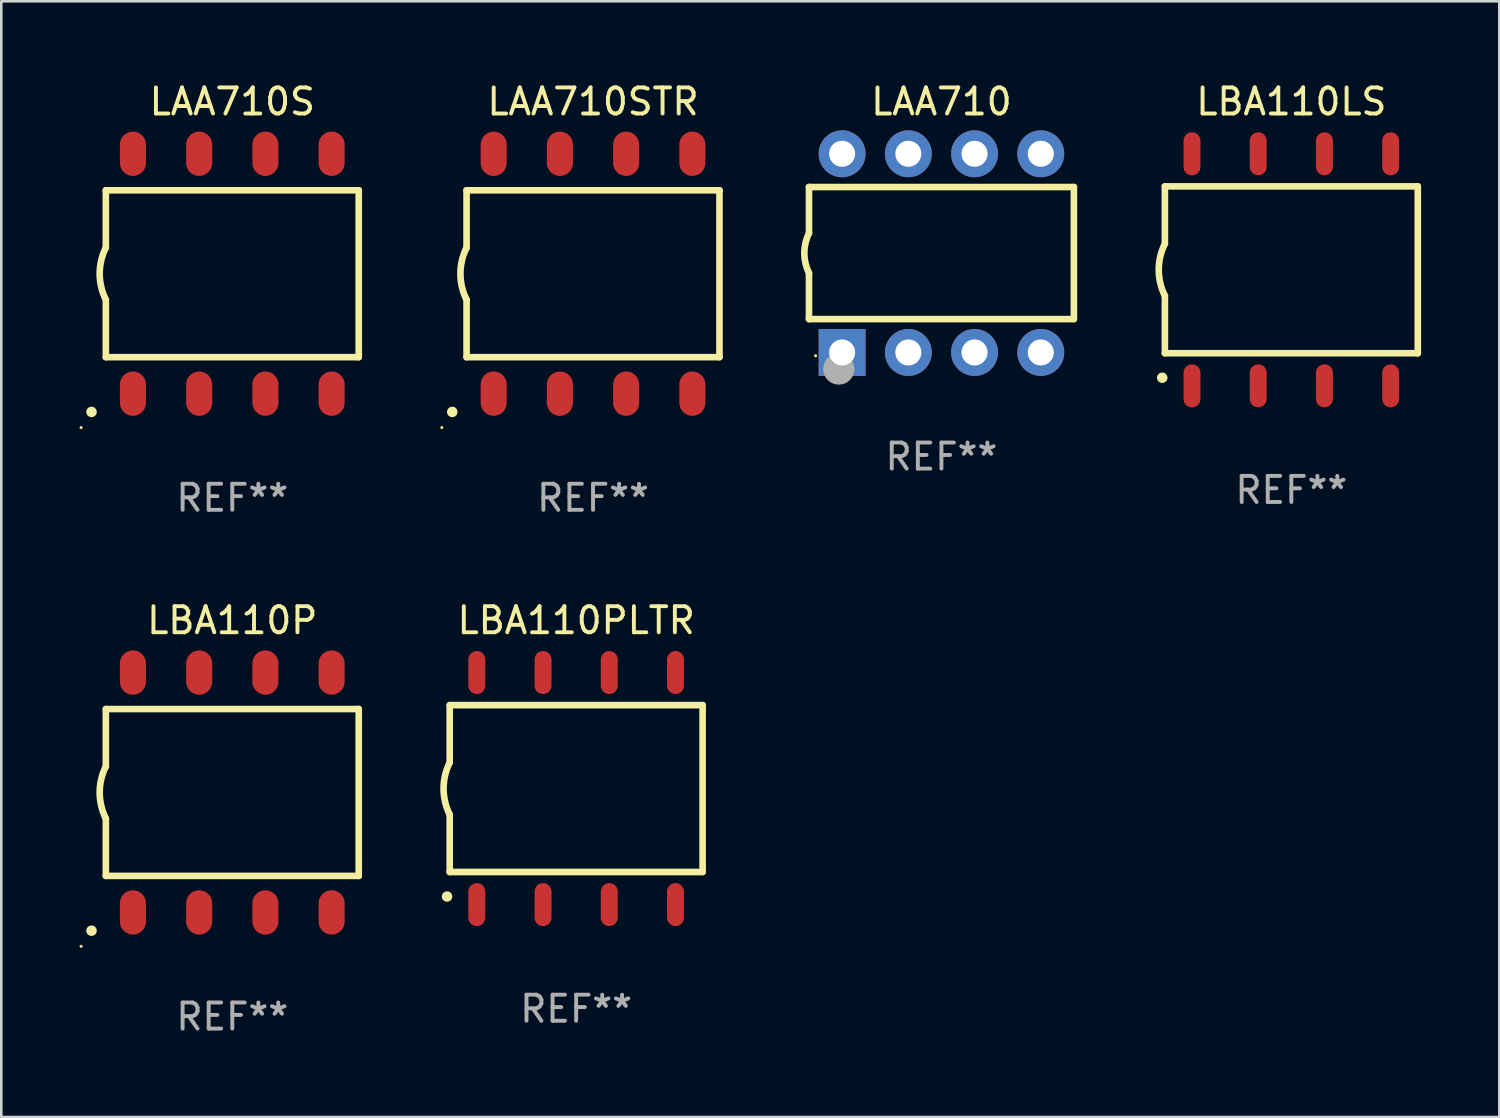
<source format=kicad_pcb>
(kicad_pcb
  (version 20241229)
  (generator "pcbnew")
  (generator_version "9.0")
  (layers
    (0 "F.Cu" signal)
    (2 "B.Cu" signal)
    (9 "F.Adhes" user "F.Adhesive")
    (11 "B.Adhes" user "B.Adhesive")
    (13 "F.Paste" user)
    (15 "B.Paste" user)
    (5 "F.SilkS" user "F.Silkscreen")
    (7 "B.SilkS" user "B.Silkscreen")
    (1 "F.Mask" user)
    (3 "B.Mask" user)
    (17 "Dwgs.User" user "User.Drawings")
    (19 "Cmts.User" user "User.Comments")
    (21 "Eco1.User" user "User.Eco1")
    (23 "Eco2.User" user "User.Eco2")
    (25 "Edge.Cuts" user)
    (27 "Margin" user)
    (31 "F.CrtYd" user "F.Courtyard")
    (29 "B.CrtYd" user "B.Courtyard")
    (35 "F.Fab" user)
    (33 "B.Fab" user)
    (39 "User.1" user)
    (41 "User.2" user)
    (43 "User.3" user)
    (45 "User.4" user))
  (footprint "LAA710S"
    (layer "F.Cu")
    (at 5.859 7.448)
    (property "Reference" "LAA710S" (at 0 -6.6 0) (layer "F.SilkS") (effects (font (size 1 1) (thickness 0.15))))
    (attr through_hole)
    (fp_line (start -4.85 -3.2) (end -4.85 -1) (stroke (width 0.254) (type solid)) (layer "F.SilkS"))
    (fp_line (start -4.85 -3.2) (end 4.85 -3.2) (stroke (width 0.254) (type solid)) (layer "F.SilkS"))
    (fp_line (start -4.85 3.2) (end -4.85 1) (stroke (width 0.254) (type solid)) (layer "F.SilkS"))
    (fp_line (start 4.85 -3.2) (end 4.85 3.2) (stroke (width 0.254) (type solid)) (layer "F.SilkS"))
    (fp_line (start 4.85 3.2) (end -4.85 3.2) (stroke (width 0.254) (type solid)) (layer "F.SilkS"))
    (fp_arc (start -5.400051 5.300991) (mid -5.398781 5.300987) (end -5.397511 5.300991) (stroke (width 0.4) (type solid)) (layer "F.SilkS"))
    (fp_arc (start -4.84887 1.000762) (mid -5.085418 0.000516) (end -4.850013 -1) (stroke (width 0.254001) (type solid)) (layer "F.SilkS"))
    (fp_circle (center -5.799 5.901) (end -5.769 5.901) (stroke (width 0.06) (type solid)) (fill no) (layer "F.SilkS"))
    (fp_text user "REF**" (at 0 8.6 0) (layer "F.Fab") (effects (font (size 1 1) (thickness 0.15))))
    (pad "1" smd oval (at -3.81 4.6) (size 1 1.7) (layers "F.Cu" "F.Mask" "F.Paste"))
    (pad "2" smd oval (at -1.27 4.6) (size 1 1.7) (layers "F.Cu" "F.Mask" "F.Paste"))
    (pad "3" smd oval (at 1.27 4.6) (size 1 1.7) (layers "F.Cu" "F.Mask" "F.Paste"))
    (pad "4" smd oval (at 3.81 4.6) (size 1 1.7) (layers "F.Cu" "F.Mask" "F.Paste"))
    (pad "5" smd oval (at 3.81 -4.6 180) (size 1 1.7) (layers "F.Cu" "F.Mask" "F.Paste"))
    (pad "6" smd oval (at 1.27 -4.6 180) (size 1 1.7) (layers "F.Cu" "F.Mask" "F.Paste"))
    (pad "7" smd oval (at -1.27 -4.6 180) (size 1 1.7) (layers "F.Cu" "F.Mask" "F.Paste"))
    (pad "8" smd oval (at -3.81 -4.6 180) (size 1 1.7) (layers "F.Cu" "F.Mask" "F.Paste")))
  (footprint "LAA710STR"
    (layer "F.Cu")
    (at 19.695 7.448)
    (property "Reference" "LAA710STR" (at 0 -6.6 0) (layer "F.SilkS") (effects (font (size 1 1) (thickness 0.15))))
    (attr through_hole)
    (fp_line (start -4.85 -3.2) (end -4.85 -1) (stroke (width 0.254) (type solid)) (layer "F.SilkS"))
    (fp_line (start -4.85 -3.2) (end 4.85 -3.2) (stroke (width 0.254) (type solid)) (layer "F.SilkS"))
    (fp_line (start -4.85 3.2) (end -4.85 1) (stroke (width 0.254) (type solid)) (layer "F.SilkS"))
    (fp_line (start 4.85 -3.2) (end 4.85 3.2) (stroke (width 0.254) (type solid)) (layer "F.SilkS"))
    (fp_line (start 4.85 3.2) (end -4.85 3.2) (stroke (width 0.254) (type solid)) (layer "F.SilkS"))
    (fp_arc (start -5.400051 5.300991) (mid -5.398781 5.300987) (end -5.397511 5.300991) (stroke (width 0.4) (type solid)) (layer "F.SilkS"))
    (fp_arc (start -4.84887 1.000762) (mid -5.085418 0.000516) (end -4.850013 -1) (stroke (width 0.254001) (type solid)) (layer "F.SilkS"))
    (fp_circle (center -5.799 5.901) (end -5.769 5.901) (stroke (width 0.06) (type solid)) (fill no) (layer "F.SilkS"))
    (fp_text user "REF**" (at 0 8.6 0) (layer "F.Fab") (effects (font (size 1 1) (thickness 0.15))))
    (pad "1" smd oval (at -3.81 4.6) (size 1 1.7) (layers "F.Cu" "F.Mask" "F.Paste"))
    (pad "2" smd oval (at -1.27 4.6) (size 1 1.7) (layers "F.Cu" "F.Mask" "F.Paste"))
    (pad "3" smd oval (at 1.27 4.6) (size 1 1.7) (layers "F.Cu" "F.Mask" "F.Paste"))
    (pad "4" smd oval (at 3.81 4.6) (size 1 1.7) (layers "F.Cu" "F.Mask" "F.Paste"))
    (pad "5" smd oval (at 3.81 -4.6 180) (size 1 1.7) (layers "F.Cu" "F.Mask" "F.Paste"))
    (pad "6" smd oval (at 1.27 -4.6 180) (size 1 1.7) (layers "F.Cu" "F.Mask" "F.Paste"))
    (pad "7" smd oval (at -1.27 -4.6 180) (size 1 1.7) (layers "F.Cu" "F.Mask" "F.Paste"))
    (pad "8" smd oval (at -3.81 -4.6 180) (size 1 1.7) (layers "F.Cu" "F.Mask" "F.Paste")))
  (footprint "LBA110PLTR"
    (layer "F.Cu")
    (at 19.048 27.195)
    (property "Reference" "LBA110PLTR" (at 0 -6.45 0) (layer "F.SilkS") (effects (font (size 1 1) (thickness 0.15))))
    (attr through_hole)
    (fp_line (start -4.85 -3.2) (end -4.85 -1) (stroke (width 0.254) (type solid)) (layer "F.SilkS"))
    (fp_line (start -4.85 -3.2) (end 4.85 -3.2) (stroke (width 0.254) (type solid)) (layer "F.SilkS"))
    (fp_line (start -4.85 3.2) (end -4.85 1) (stroke (width 0.254) (type solid)) (layer "F.SilkS"))
    (fp_line (start 4.85 -3.2) (end 4.85 3.2) (stroke (width 0.254) (type solid)) (layer "F.SilkS"))
    (fp_line (start 4.85 3.2) (end -4.85 3.2) (stroke (width 0.254) (type solid)) (layer "F.SilkS"))
    (fp_arc (start -4.95301 4.140208) (mid -4.95174 4.140204) (end -4.95047 4.140208) (stroke (width 0.4) (type solid)) (layer "F.SilkS"))
    (fp_arc (start -4.84887 1.000762) (mid -5.085418 0.000516) (end -4.850013 -1) (stroke (width 0.254001) (type solid)) (layer "F.SilkS"))
    (fp_text user "REF**" (at 0 8.45 0) (layer "F.Fab") (effects (font (size 1 1) (thickness 0.15))))
    (pad "1" smd oval (at -3.81 4.45) (size 0.65 1.65) (layers "F.Cu" "F.Mask" "F.Paste"))
    (pad "2" smd oval (at -1.27 4.45) (size 0.65 1.65) (layers "F.Cu" "F.Mask" "F.Paste"))
    (pad "3" smd oval (at 1.27 4.45) (size 0.65 1.65) (layers "F.Cu" "F.Mask" "F.Paste"))
    (pad "4" smd oval (at 3.81 4.45) (size 0.65 1.65) (layers "F.Cu" "F.Mask" "F.Paste"))
    (pad "5" smd oval (at 3.81 -4.45 180) (size 0.65 1.65) (layers "F.Cu" "F.Mask" "F.Paste"))
    (pad "6" smd oval (at 1.27 -4.45 180) (size 0.65 1.65) (layers "F.Cu" "F.Mask" "F.Paste"))
    (pad "7" smd oval (at -1.27 -4.45 180) (size 0.65 1.65) (layers "F.Cu" "F.Mask" "F.Paste"))
    (pad "8" smd oval (at -3.81 -4.45 180) (size 0.65 1.65) (layers "F.Cu" "F.Mask" "F.Paste")))
  (footprint "LBA110LS"
    (layer "F.Cu")
    (at 46.478 7.298)
    (property "Reference" "LBA110LS" (at 0 -6.45 0) (layer "F.SilkS") (effects (font (size 1 1) (thickness 0.15))))
    (attr through_hole)
    (fp_line (start -4.85 -3.2) (end -4.85 -1) (stroke (width 0.254) (type solid)) (layer "F.SilkS"))
    (fp_line (start -4.85 -3.2) (end 4.85 -3.2) (stroke (width 0.254) (type solid)) (layer "F.SilkS"))
    (fp_line (start -4.85 3.2) (end -4.85 1) (stroke (width 0.254) (type solid)) (layer "F.SilkS"))
    (fp_line (start 4.85 -3.2) (end 4.85 3.2) (stroke (width 0.254) (type solid)) (layer "F.SilkS"))
    (fp_line (start 4.85 3.2) (end -4.85 3.2) (stroke (width 0.254) (type solid)) (layer "F.SilkS"))
    (fp_arc (start -4.95301 4.140208) (mid -4.95174 4.140204) (end -4.95047 4.140208) (stroke (width 0.4) (type solid)) (layer "F.SilkS"))
    (fp_arc (start -4.84887 1.000762) (mid -5.085418 0.000516) (end -4.850013 -1) (stroke (width 0.254001) (type solid)) (layer "F.SilkS"))
    (fp_text user "REF**" (at 0 8.45 0) (layer "F.Fab") (effects (font (size 1 1) (thickness 0.15))))
    (pad "1" smd oval (at -3.81 4.45) (size 0.65 1.65) (layers "F.Cu" "F.Mask" "F.Paste"))
    (pad "2" smd oval (at -1.27 4.45) (size 0.65 1.65) (layers "F.Cu" "F.Mask" "F.Paste"))
    (pad "3" smd oval (at 1.27 4.45) (size 0.65 1.65) (layers "F.Cu" "F.Mask" "F.Paste"))
    (pad "4" smd oval (at 3.81 4.45) (size 0.65 1.65) (layers "F.Cu" "F.Mask" "F.Paste"))
    (pad "5" smd oval (at 3.81 -4.45 180) (size 0.65 1.65) (layers "F.Cu" "F.Mask" "F.Paste"))
    (pad "6" smd oval (at 1.27 -4.45 180) (size 0.65 1.65) (layers "F.Cu" "F.Mask" "F.Paste"))
    (pad "7" smd oval (at -1.27 -4.45 180) (size 0.65 1.65) (layers "F.Cu" "F.Mask" "F.Paste"))
    (pad "8" smd oval (at -3.81 -4.45 180) (size 0.65 1.65) (layers "F.Cu" "F.Mask" "F.Paste")))
  (footprint "LBA110P"
    (layer "F.Cu")
    (at 5.859 27.345)
    (property "Reference" "LBA110P" (at 0 -6.6 0) (layer "F.SilkS") (effects (font (size 1 1) (thickness 0.15))))
    (attr through_hole)
    (fp_line (start -4.85 -3.2) (end -4.85 -1) (stroke (width 0.254) (type solid)) (layer "F.SilkS"))
    (fp_line (start -4.85 -3.2) (end 4.85 -3.2) (stroke (width 0.254) (type solid)) (layer "F.SilkS"))
    (fp_line (start -4.85 3.2) (end -4.85 1) (stroke (width 0.254) (type solid)) (layer "F.SilkS"))
    (fp_line (start 4.85 -3.2) (end 4.85 3.2) (stroke (width 0.254) (type solid)) (layer "F.SilkS"))
    (fp_line (start 4.85 3.2) (end -4.85 3.2) (stroke (width 0.254) (type solid)) (layer "F.SilkS"))
    (fp_arc (start -5.400051 5.300991) (mid -5.398781 5.300987) (end -5.397511 5.300991) (stroke (width 0.4) (type solid)) (layer "F.SilkS"))
    (fp_arc (start -4.84887 1.000762) (mid -5.085418 0.000516) (end -4.850013 -1) (stroke (width 0.254001) (type solid)) (layer "F.SilkS"))
    (fp_circle (center -5.799 5.901) (end -5.769 5.901) (stroke (width 0.06) (type solid)) (fill no) (layer "F.SilkS"))
    (fp_text user "REF**" (at 0 8.6 0) (layer "F.Fab") (effects (font (size 1 1) (thickness 0.15))))
    (pad "1" smd oval (at -3.81 4.6) (size 1 1.7) (layers "F.Cu" "F.Mask" "F.Paste"))
    (pad "2" smd oval (at -1.27 4.6) (size 1 1.7) (layers "F.Cu" "F.Mask" "F.Paste"))
    (pad "3" smd oval (at 1.27 4.6) (size 1 1.7) (layers "F.Cu" "F.Mask" "F.Paste"))
    (pad "4" smd oval (at 3.81 4.6) (size 1 1.7) (layers "F.Cu" "F.Mask" "F.Paste"))
    (pad "5" smd oval (at 3.81 -4.6 180) (size 1 1.7) (layers "F.Cu" "F.Mask" "F.Paste"))
    (pad "6" smd oval (at 1.27 -4.6 180) (size 1 1.7) (layers "F.Cu" "F.Mask" "F.Paste"))
    (pad "7" smd oval (at -1.27 -4.6 180) (size 1 1.7) (layers "F.Cu" "F.Mask" "F.Paste"))
    (pad "8" smd oval (at -3.81 -4.6 180) (size 1 1.7) (layers "F.Cu" "F.Mask" "F.Paste")))
  (footprint "LAA710"
    (layer "F.Cu")
    (at 33.058 6.658)
    (property "Reference" "LAA710" (at 0 -5.81 0) (layer "F.SilkS") (effects (font (size 1 1) (thickness 0.15))))
    (attr through_hole)
    (fp_line (start -5.08 -2.534) (end 5.08 -2.534) (stroke (width 0.254) (type solid)) (layer "F.SilkS"))
    (fp_line (start -5.08 -0.762) (end -5.08 -2.534) (stroke (width 0.254) (type solid)) (layer "F.SilkS"))
    (fp_line (start -5.08 2.531) (end -5.08 0.762) (stroke (width 0.254) (type solid)) (layer "F.SilkS"))
    (fp_line (start -5.08 2.531) (end 5.08 2.531) (stroke (width 0.254) (type solid)) (layer "F.SilkS"))
    (fp_line (start 5.08 2.531) (end 5.08 -2.534) (stroke (width 0.254) (type solid)) (layer "F.SilkS"))
    (fp_arc (start -5.08001 0.762001) (mid -5.259894 0) (end -5.08001 -0.762002) (stroke (width 0.254001) (type solid)) (layer "F.SilkS"))
    (fp_circle (center -4.826 3.937) (end -4.796 3.937) (stroke (width 0.06) (type solid)) (fill no) (layer "F.SilkS"))
    (fp_circle (center -3.937 4.445) (end -3.637 4.445) (stroke (width 0.6) (type solid)) (fill no) (layer "F.Fab"))
    (fp_text user "REF**" (at 0 7.81 0) (layer "F.Fab") (effects (font (size 1 1) (thickness 0.15))))
    (pad "1" thru_hole rect (at -3.81 3.81) (size 1.8 1.8) (drill 1) (layers "*.Cu" "*.Mask"))
    (pad "2" thru_hole circle (at -1.27 3.81) (size 1.8 1.8) (drill 1) (layers "*.Cu" "*.Mask"))
    (pad "3" thru_hole circle (at 1.27 3.81) (size 1.8 1.8) (drill 1) (layers "*.Cu" "*.Mask"))
    (pad "4" thru_hole circle (at 3.81 3.81) (size 1.8 1.8) (drill 1) (layers "*.Cu" "*.Mask"))
    (pad "5" thru_hole circle (at 3.81 -3.81) (size 1.8 1.8) (drill 1) (layers "*.Cu" "*.Mask"))
    (pad "6" thru_hole circle (at 1.27 -3.81) (size 1.8 1.8) (drill 1) (layers "*.Cu" "*.Mask"))
    (pad "7" thru_hole circle (at -1.27 -3.81) (size 1.8 1.8) (drill 1) (layers "*.Cu" "*.Mask"))
    (pad "8" thru_hole circle (at -3.81 -3.81) (size 1.8 1.8) (drill 1) (layers "*.Cu" "*.Mask")))
  (gr_rect
    (start -3 -3)
    (end 54.455 39.793)
    (stroke (width 0.1) (type default))
    (fill no)
    (layer "Edge.Cuts")))
</source>
